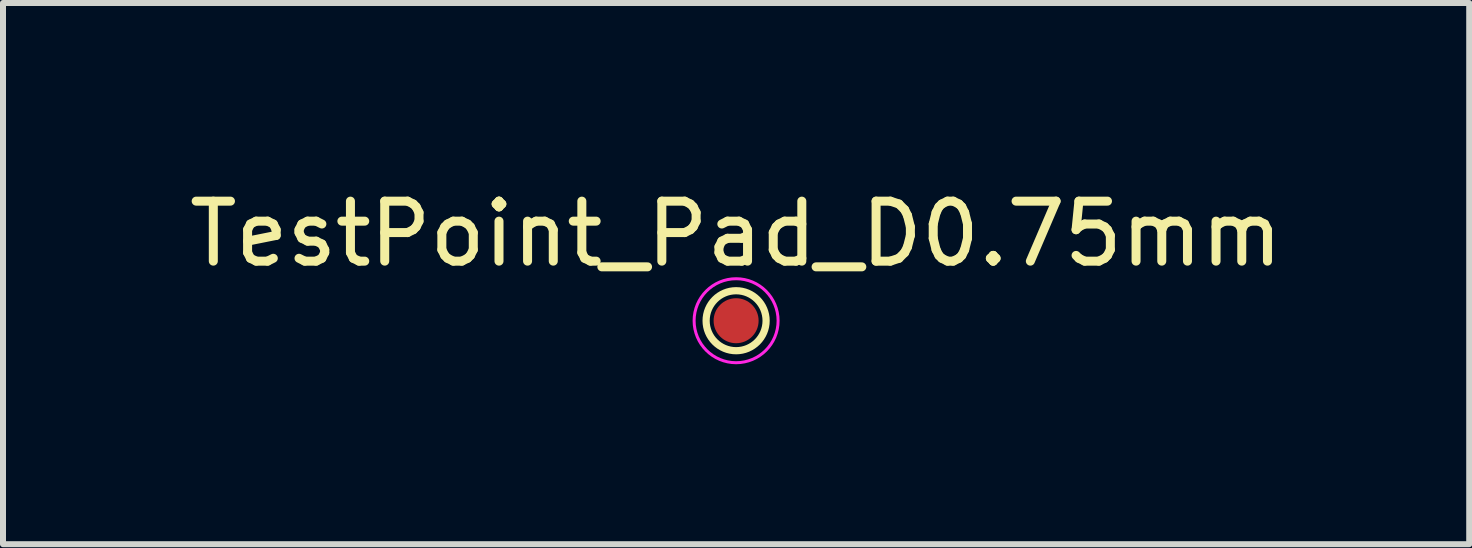
<source format=kicad_pcb>
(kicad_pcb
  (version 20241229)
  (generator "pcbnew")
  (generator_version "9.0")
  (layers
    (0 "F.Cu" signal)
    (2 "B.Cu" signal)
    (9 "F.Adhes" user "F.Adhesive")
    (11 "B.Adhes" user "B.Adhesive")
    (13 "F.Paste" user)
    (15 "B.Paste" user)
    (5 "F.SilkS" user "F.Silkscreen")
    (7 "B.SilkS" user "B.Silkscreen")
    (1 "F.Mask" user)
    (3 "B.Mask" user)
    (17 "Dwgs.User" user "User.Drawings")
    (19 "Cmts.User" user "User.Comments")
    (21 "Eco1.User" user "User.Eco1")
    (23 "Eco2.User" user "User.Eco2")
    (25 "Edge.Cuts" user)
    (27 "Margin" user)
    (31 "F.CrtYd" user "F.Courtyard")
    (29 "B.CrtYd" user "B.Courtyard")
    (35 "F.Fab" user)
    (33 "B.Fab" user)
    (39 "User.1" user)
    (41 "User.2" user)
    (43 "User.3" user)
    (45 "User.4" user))
  (footprint "TestPoint_Pad_D0.75mm"
    (layer "F.Cu")
    (at 9.22 2.296)
    (property "Reference" "TestPoint_Pad_D0.75mm" (at 0 -1.448 0) (layer "F.SilkS") (effects (font (size 1 1) (thickness 0.15))))
    (attr smd exclude_from_pos_files exclude_from_bom)
    (fp_circle (center 0 0) (end 0 0.5) (stroke (width 0.12) (type solid)) (fill no) (layer "F.SilkS"))
    (fp_circle (center 0 0) (end 0.7 0) (stroke (width 0.05) (type solid)) (fill no) (layer "F.CrtYd"))
    (pad "1" smd circle (at 0 0) (size 0.75 0.75) (layers "F.Cu" "F.Mask")))
  (gr_rect
    (start -3 -3)
    (end 21.44 6.021)
    (stroke (width 0.1) (type default))
    (fill no)
    (layer "Edge.Cuts")))
</source>
